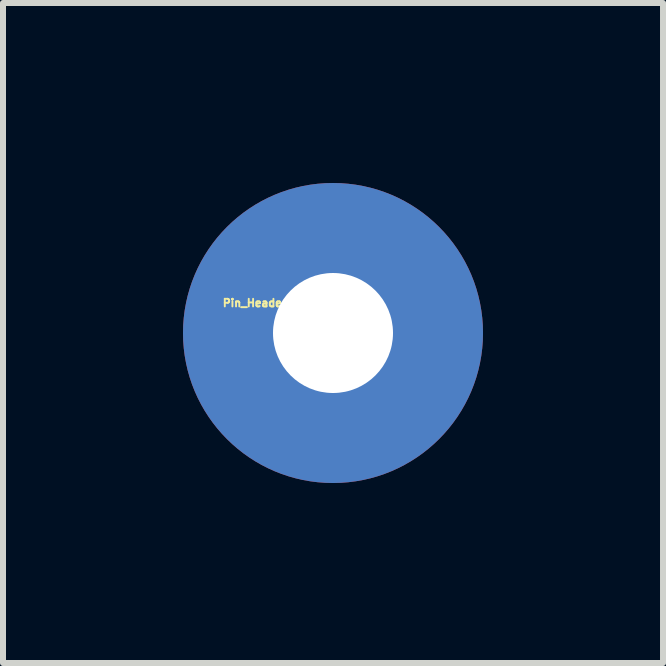
<source format=kicad_pcb>
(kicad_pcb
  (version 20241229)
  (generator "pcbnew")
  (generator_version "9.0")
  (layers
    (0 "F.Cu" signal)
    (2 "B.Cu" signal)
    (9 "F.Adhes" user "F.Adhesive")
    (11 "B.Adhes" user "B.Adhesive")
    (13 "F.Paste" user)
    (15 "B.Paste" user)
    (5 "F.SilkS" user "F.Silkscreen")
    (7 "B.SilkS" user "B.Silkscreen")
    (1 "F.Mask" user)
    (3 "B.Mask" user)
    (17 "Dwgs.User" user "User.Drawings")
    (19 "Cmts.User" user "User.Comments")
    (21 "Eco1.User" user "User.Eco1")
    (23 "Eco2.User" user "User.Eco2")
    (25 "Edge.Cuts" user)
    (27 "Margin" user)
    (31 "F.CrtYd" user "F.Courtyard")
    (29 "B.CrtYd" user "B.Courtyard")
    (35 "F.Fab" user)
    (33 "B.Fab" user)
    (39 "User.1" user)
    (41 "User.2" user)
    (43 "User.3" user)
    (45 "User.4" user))
  (footprint "Pin_Header_Straight_1x01"
    (layer "F.Cu")
    (at 2.5 2.5)
    (property "Reference" "Pin_Header_Straight_1x01" (at -0.6 -0.5 0) (layer "F.SilkS") (effects (font (size 0.127 0.127) (thickness 0.032))))
    (attr through_hole)
    (pad "" thru_hole circle (at 0 0) (size 5 5) (drill 2) (layers "*.Cu" "B.Mask")))
  (gr_rect
    (start -3 -3)
    (end 8 8)
    (stroke (width 0.1) (type default))
    (fill no)
    (layer "Edge.Cuts")))
</source>
